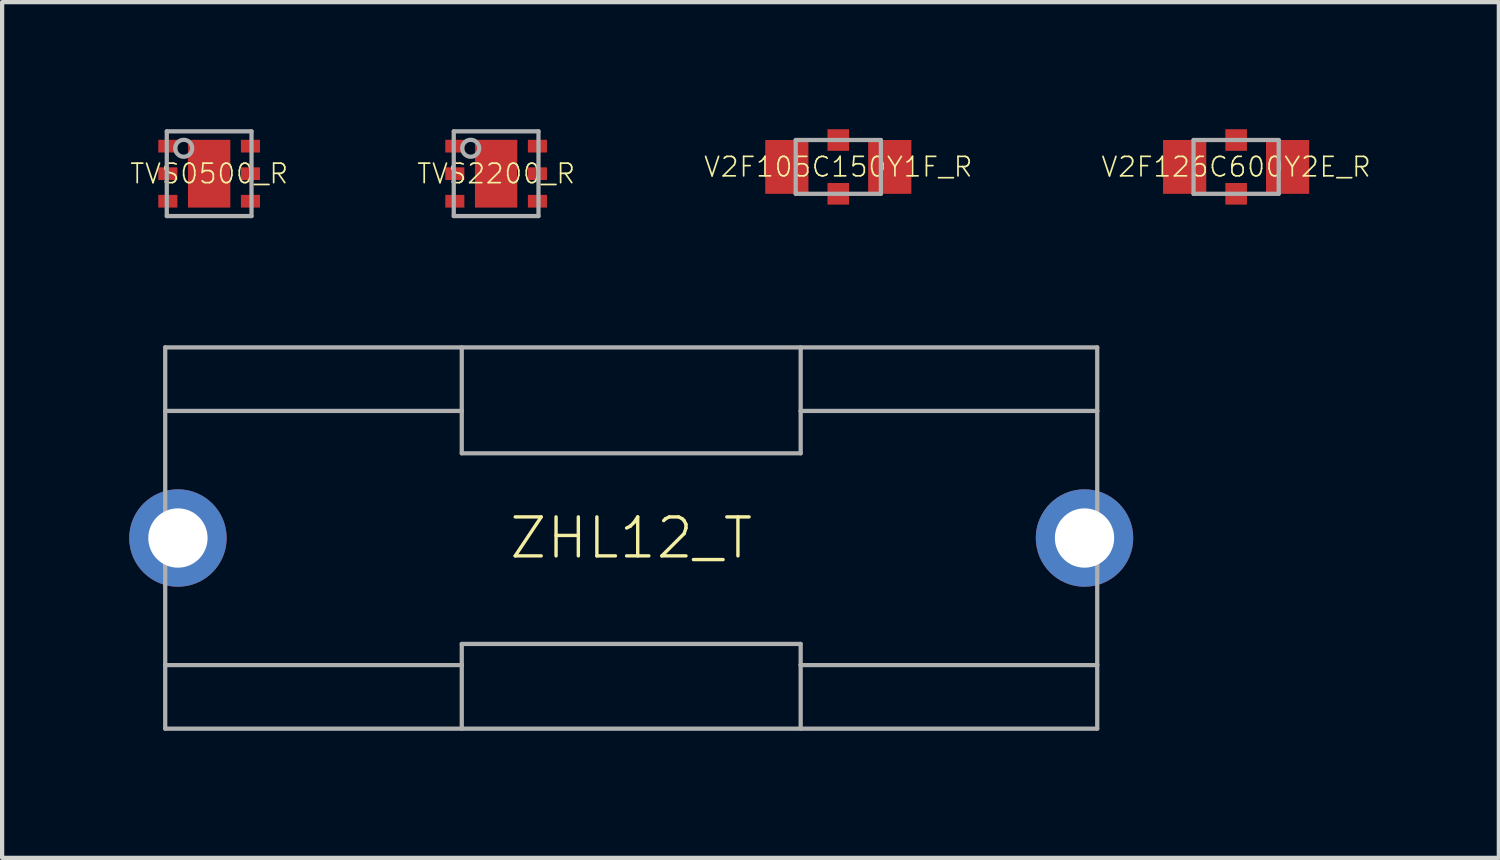
<source format=kicad_pcb>
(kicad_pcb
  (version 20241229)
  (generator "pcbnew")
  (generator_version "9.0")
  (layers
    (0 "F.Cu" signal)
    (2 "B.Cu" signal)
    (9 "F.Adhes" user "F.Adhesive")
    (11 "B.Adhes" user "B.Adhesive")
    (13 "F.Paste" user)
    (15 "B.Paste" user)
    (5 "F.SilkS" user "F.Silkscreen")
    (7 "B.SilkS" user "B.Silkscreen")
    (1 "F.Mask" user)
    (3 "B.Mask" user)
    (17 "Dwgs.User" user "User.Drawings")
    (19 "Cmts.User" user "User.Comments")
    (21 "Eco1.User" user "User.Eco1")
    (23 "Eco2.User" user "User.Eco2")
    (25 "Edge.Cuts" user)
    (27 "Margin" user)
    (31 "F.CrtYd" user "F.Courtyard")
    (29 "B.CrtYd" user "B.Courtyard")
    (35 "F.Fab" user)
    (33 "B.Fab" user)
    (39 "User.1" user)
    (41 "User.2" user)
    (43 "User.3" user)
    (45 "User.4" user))
  (footprint "TVS2200_R"
    (layer "F.Cu")
    (at 8.661 1.05)
    (property "Reference" "TVS2200_R" (at 0 0 0) (unlocked yes) (layer "F.SilkS") (effects (font (size 0.46 0.46) (thickness 0.04))))
    (fp_poly (pts (xy -1.25 -0.45) (xy -0.7 -0.45) (xy -0.7 -0.85) (xy -1.25 -0.85)) (stroke (width 0) (type default)) (fill yes) (layer "F.Mask"))
    (fp_poly (pts (xy -1.25 0.2) (xy -0.7 0.2) (xy -0.7 -0.2) (xy -1.25 -0.2)) (stroke (width 0) (type default)) (fill yes) (layer "F.Mask"))
    (fp_poly (pts (xy -1.25 0.85) (xy -0.7 0.85) (xy -0.7 0.45) (xy -1.25 0.45)) (stroke (width 0) (type default)) (fill yes) (layer "F.Mask"))
    (fp_poly (pts (xy -0.55 0.85) (xy 0.55 0.85) (xy 0.55 -0.85) (xy -0.55 -0.85)) (stroke (width 0) (type default)) (fill yes) (layer "F.Mask"))
    (fp_poly (pts (xy 0.7 -0.45) (xy 1.25 -0.45) (xy 1.25 -0.85) (xy 0.7 -0.85)) (stroke (width 0) (type default)) (fill yes) (layer "F.Mask"))
    (fp_poly (pts (xy 0.7 0.2) (xy 1.25 0.2) (xy 1.25 -0.2) (xy 0.7 -0.2)) (stroke (width 0) (type default)) (fill yes) (layer "F.Mask"))
    (fp_poly (pts (xy 0.7 0.85) (xy 1.25 0.85) (xy 1.25 0.45) (xy 0.7 0.45)) (stroke (width 0) (type default)) (fill yes) (layer "F.Mask"))
    (fp_poly (pts (xy -0.5 -0.1) (xy 0.5 -0.1) (xy 0.5 -0.8) (xy -0.5 -0.8)) (stroke (width 0) (type default)) (fill yes) (layer "F.Paste"))
    (fp_poly (pts (xy -0.5 0.8) (xy 0.5 0.8) (xy 0.5 0.1) (xy -0.5 0.1)) (stroke (width 0) (type default)) (fill yes) (layer "F.Paste"))
    (fp_line (start -1 -1) (end -1 1) (stroke (width 0.1) (type solid)) (layer "F.Fab"))
    (fp_line (start -1 1) (end 1 1) (stroke (width 0.1) (type solid)) (layer "F.Fab"))
    (fp_line (start 1 -1) (end -1 -1) (stroke (width 0.1) (type solid)) (layer "F.Fab"))
    (fp_line (start 1 1) (end 1 -1) (stroke (width 0.1) (type solid)) (layer "F.Fab"))
    (fp_circle (center -0.6 -0.6) (end -0.4 -0.6) (stroke (width 0.1) (type solid)) (fill no) (layer "F.Fab"))
    (pad "0" smd rect (at 0 0) (size 1 1.6) (layers "F.Cu"))
    (pad "1" smd rect (at -0.975 -0.65) (size 0.45 0.3) (layers "F.Cu" "F.Paste"))
    (pad "2" smd rect (at -0.975 0) (size 0.45 0.3) (layers "F.Cu" "F.Paste"))
    (pad "3" smd rect (at -0.975 0.65) (size 0.45 0.3) (layers "F.Cu" "F.Paste"))
    (pad "4" smd rect (at 0.975 0.65) (size 0.45 0.3) (layers "F.Cu" "F.Paste"))
    (pad "5" smd rect (at 0.975 0) (size 0.45 0.3) (layers "F.Cu" "F.Paste"))
    (pad "6" smd rect (at 0.975 -0.65) (size 0.45 0.3) (layers "F.Cu" "F.Paste")))
  (footprint "ZHL12_T"
    (layer "F.Cu")
    (at 11.85 9.65)
    (property "Reference" "ZHL12_T" (at 0 0 0) (unlocked yes) (layer "F.SilkS") (effects (font (size 0.92 0.92) (thickness 0.08))))
    (fp_line (start -11 -4.5) (end -11 -3) (stroke (width 0.1) (type solid)) (layer "F.Fab"))
    (fp_line (start -11 -3) (end -11 3) (stroke (width 0.1) (type solid)) (layer "F.Fab"))
    (fp_line (start -11 -3) (end -4 -3) (stroke (width 0.1) (type solid)) (layer "F.Fab"))
    (fp_line (start -11 3) (end -11 4.5) (stroke (width 0.1) (type solid)) (layer "F.Fab"))
    (fp_line (start -11 3) (end -4 3) (stroke (width 0.1) (type solid)) (layer "F.Fab"))
    (fp_line (start -11 4.5) (end 11 4.5) (stroke (width 0.1) (type solid)) (layer "F.Fab"))
    (fp_line (start -4 -4.5) (end -4 -3) (stroke (width 0.1) (type solid)) (layer "F.Fab"))
    (fp_line (start -4 -3) (end -4 -2) (stroke (width 0.1) (type solid)) (layer "F.Fab"))
    (fp_line (start -4 -2) (end 4 -2) (stroke (width 0.1) (type solid)) (layer "F.Fab"))
    (fp_line (start -4 2.5) (end -4 3) (stroke (width 0.1) (type solid)) (layer "F.Fab"))
    (fp_line (start -4 2.5) (end 4 2.5) (stroke (width 0.1) (type solid)) (layer "F.Fab"))
    (fp_line (start -4 3) (end -4 4.5) (stroke (width 0.1) (type solid)) (layer "F.Fab"))
    (fp_line (start 4 -4.5) (end 4 -3) (stroke (width 0.1) (type solid)) (layer "F.Fab"))
    (fp_line (start 4 -3) (end 4 -2) (stroke (width 0.1) (type solid)) (layer "F.Fab"))
    (fp_line (start 4 -3) (end 11 -3) (stroke (width 0.1) (type solid)) (layer "F.Fab"))
    (fp_line (start 4 2.5) (end 4 3) (stroke (width 0.1) (type solid)) (layer "F.Fab"))
    (fp_line (start 4 3) (end 4 4.5) (stroke (width 0.1) (type solid)) (layer "F.Fab"))
    (fp_line (start 4 3) (end 11 3) (stroke (width 0.1) (type solid)) (layer "F.Fab"))
    (fp_line (start 11 -4.5) (end -11 -4.5) (stroke (width 0.1) (type solid)) (layer "F.Fab"))
    (fp_line (start 11 -3) (end 11 -4.5) (stroke (width 0.1) (type solid)) (layer "F.Fab"))
    (fp_line (start 11 3) (end 11 -3) (stroke (width 0.1) (type solid)) (layer "F.Fab"))
    (fp_line (start 11 4.5) (end 11 3) (stroke (width 0.1) (type solid)) (layer "F.Fab"))
    (pad "1" thru_hole circle (at -10.7 0) (size 2.3 2.3) (drill 1.4) (layers "*.Cu" "*.Mask"))
    (pad "2" thru_hole circle (at 10.7 0) (size 2.3 2.3) (drill 1.4) (layers "*.Cu" "*.Mask")))
  (footprint "V2F126C600Y2E_R"
    (layer "F.Cu")
    (at 26.129 0.89)
    (property "Reference" "V2F126C600Y2E_R" (at 0 0 0) (unlocked yes) (layer "F.SilkS") (effects (font (size 0.46 0.46) (thickness 0.04))))
    (fp_line (start -1.005 -0.635) (end 1.005 -0.635) (stroke (width 0.1) (type solid)) (layer "F.Fab"))
    (fp_line (start -1.005 0.635) (end -1.005 -0.635) (stroke (width 0.1) (type solid)) (layer "F.Fab"))
    (fp_line (start 1.005 -0.635) (end 1.005 0.635) (stroke (width 0.1) (type solid)) (layer "F.Fab"))
    (fp_line (start 1.005 0.635) (end -1.005 0.635) (stroke (width 0.1) (type solid)) (layer "F.Fab"))
    (pad "1" smd rect (at -1.215 0) (size 1.02 1.27) (layers "F.Cu" "F.Mask" "F.Paste"))
    (pad "2" smd rect (at 1.215 0) (size 1.02 1.27) (layers "F.Cu" "F.Mask" "F.Paste"))
    (pad "3" smd rect (at 0 -0.635) (size 0.51 0.51) (layers "F.Cu" "F.Mask" "F.Paste"))
    (pad "4" smd rect (at 0 0.635) (size 0.51 0.51) (layers "F.Cu" "F.Mask" "F.Paste"))
    (zone (net_name "") (layer "F.Cu") (hatch edge 0.5) (connect_pads) (min_thickness 0.25) (filled_areas_thickness no) (keepout (tracks not_allowed) (vias not_allowed) (pads not_allowed) (copperpour not_allowed) (footprints allowed)) (placement (enabled no)) (fill) (polygon (pts (xy 25.474 0.305) (xy 25.824 0.305) (xy 25.824 0.56) (xy 26.434 0.56) (xy 26.434 0.305) (xy 26.784 0.305) (xy 26.784 1.475) (xy 26.434 1.475) (xy 26.434 1.22) (xy 25.824 1.22) (xy 25.824 1.475) (xy 25.474 1.475)))))
  (footprint "TVS0500_R"
    (layer "F.Cu")
    (at 1.887 1.05)
    (property "Reference" "TVS0500_R" (at 0 0 0) (unlocked yes) (layer "F.SilkS") (effects (font (size 0.46 0.46) (thickness 0.04))))
    (fp_poly (pts (xy -1.25 -0.45) (xy -0.7 -0.45) (xy -0.7 -0.85) (xy -1.25 -0.85)) (stroke (width 0) (type default)) (fill yes) (layer "F.Mask"))
    (fp_poly (pts (xy -1.25 0.2) (xy -0.7 0.2) (xy -0.7 -0.2) (xy -1.25 -0.2)) (stroke (width 0) (type default)) (fill yes) (layer "F.Mask"))
    (fp_poly (pts (xy -1.25 0.85) (xy -0.7 0.85) (xy -0.7 0.45) (xy -1.25 0.45)) (stroke (width 0) (type default)) (fill yes) (layer "F.Mask"))
    (fp_poly (pts (xy -0.55 0.85) (xy 0.55 0.85) (xy 0.55 -0.85) (xy -0.55 -0.85)) (stroke (width 0) (type default)) (fill yes) (layer "F.Mask"))
    (fp_poly (pts (xy 0.7 -0.45) (xy 1.25 -0.45) (xy 1.25 -0.85) (xy 0.7 -0.85)) (stroke (width 0) (type default)) (fill yes) (layer "F.Mask"))
    (fp_poly (pts (xy 0.7 0.2) (xy 1.25 0.2) (xy 1.25 -0.2) (xy 0.7 -0.2)) (stroke (width 0) (type default)) (fill yes) (layer "F.Mask"))
    (fp_poly (pts (xy 0.7 0.85) (xy 1.25 0.85) (xy 1.25 0.45) (xy 0.7 0.45)) (stroke (width 0) (type default)) (fill yes) (layer "F.Mask"))
    (fp_poly (pts (xy -0.5 -0.1) (xy 0.5 -0.1) (xy 0.5 -0.8) (xy -0.5 -0.8)) (stroke (width 0) (type default)) (fill yes) (layer "F.Paste"))
    (fp_poly (pts (xy -0.5 0.8) (xy 0.5 0.8) (xy 0.5 0.1) (xy -0.5 0.1)) (stroke (width 0) (type default)) (fill yes) (layer "F.Paste"))
    (fp_line (start -1 -1) (end -1 1) (stroke (width 0.1) (type solid)) (layer "F.Fab"))
    (fp_line (start -1 1) (end 1 1) (stroke (width 0.1) (type solid)) (layer "F.Fab"))
    (fp_line (start 1 -1) (end -1 -1) (stroke (width 0.1) (type solid)) (layer "F.Fab"))
    (fp_line (start 1 1) (end 1 -1) (stroke (width 0.1) (type solid)) (layer "F.Fab"))
    (fp_circle (center -0.6 -0.6) (end -0.4 -0.6) (stroke (width 0.1) (type solid)) (fill no) (layer "F.Fab"))
    (pad "0" smd rect (at 0 0) (size 1 1.6) (layers "F.Cu"))
    (pad "1" smd rect (at -0.975 -0.65) (size 0.45 0.3) (layers "F.Cu" "F.Paste"))
    (pad "2" smd rect (at -0.975 0) (size 0.45 0.3) (layers "F.Cu" "F.Paste"))
    (pad "3" smd rect (at -0.975 0.65) (size 0.45 0.3) (layers "F.Cu" "F.Paste"))
    (pad "4" smd rect (at 0.975 0.65) (size 0.45 0.3) (layers "F.Cu" "F.Paste"))
    (pad "5" smd rect (at 0.975 0) (size 0.45 0.3) (layers "F.Cu" "F.Paste"))
    (pad "6" smd rect (at 0.975 -0.65) (size 0.45 0.3) (layers "F.Cu" "F.Paste")))
  (footprint "V2F105C150Y1F_R"
    (layer "F.Cu")
    (at 16.738 0.89)
    (property "Reference" "V2F105C150Y1F_R" (at 0 0 0) (unlocked yes) (layer "F.SilkS") (effects (font (size 0.46 0.46) (thickness 0.04))))
    (fp_poly (pts (xy -0.705 0.635) (xy -1.725 0.635) (xy -1.725 -0.635) (xy -0.705 -0.635)) (stroke (width 0) (type default)) (fill yes) (layer "F.Paste"))
    (fp_poly (pts (xy 0.255 -0.38) (xy -0.26 -0.38) (xy -0.26 -0.89) (xy 0.255 -0.89)) (stroke (width 0) (type default)) (fill yes) (layer "F.Paste"))
    (fp_poly (pts (xy 0.26 0.89) (xy -0.255 0.89) (xy -0.255 0.38) (xy 0.26 0.38)) (stroke (width 0) (type default)) (fill yes) (layer "F.Paste"))
    (fp_poly (pts (xy 1.725 0.635) (xy 0.705 0.635) (xy 0.705 -0.635) (xy 1.725 -0.635)) (stroke (width 0) (type default)) (fill yes) (layer "F.Paste"))
    (fp_line (start -1.005 -0.635) (end 1.005 -0.635) (stroke (width 0.1) (type solid)) (layer "F.Fab"))
    (fp_line (start -1.005 0.635) (end -1.005 -0.635) (stroke (width 0.1) (type solid)) (layer "F.Fab"))
    (fp_line (start 1.005 -0.635) (end 1.005 0.635) (stroke (width 0.1) (type solid)) (layer "F.Fab"))
    (fp_line (start 1.005 0.635) (end -1.005 0.635) (stroke (width 0.1) (type solid)) (layer "F.Fab"))
    (pad "1" smd rect (at -1.215 0) (size 1.02 1.27) (layers "F.Cu" "F.Mask"))
    (pad "2" smd rect (at 1.215 0) (size 1.02 1.27) (layers "F.Cu" "F.Mask"))
    (pad "3" smd rect (at 0 -0.635) (size 0.51 0.51) (layers "F.Cu" "F.Mask"))
    (pad "4" smd rect (at 0 0.635) (size 0.51 0.51) (layers "F.Cu" "F.Mask"))
    (zone (net_name "") (layer "F.Cu") (hatch edge 0.5) (connect_pads) (min_thickness 0.25) (filled_areas_thickness no) (keepout (tracks not_allowed) (vias not_allowed) (pads not_allowed) (copperpour not_allowed) (footprints allowed)) (placement (enabled no)) (fill) (polygon (pts (xy 16.083 0.305) (xy 16.433 0.305) (xy 16.433 0.56) (xy 17.043 0.56) (xy 17.043 0.305) (xy 17.393 0.305) (xy 17.393 1.475) (xy 17.043 1.475) (xy 17.043 1.22) (xy 16.433 1.22) (xy 16.433 1.475) (xy 16.083 1.475)))))
  (gr_rect
    (start -3 -3)
    (end 32.33 17.2)
    (stroke (width 0.1) (type default))
    (fill no)
    (layer "Edge.Cuts")))
</source>
